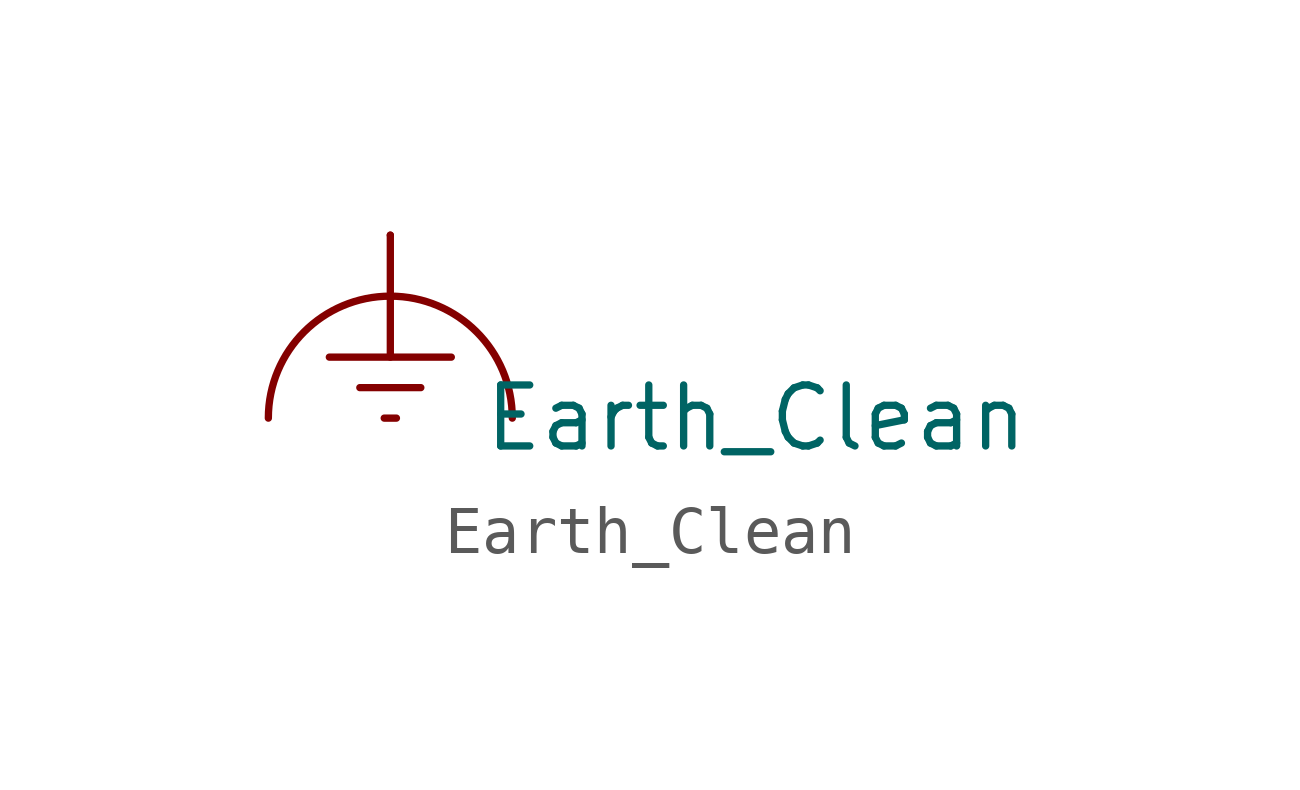
<source format=kicad_sym>
(kicad_symbol_lib
  (version 20231120)
  (generator "kicad_symbol_editor")
  (generator_version "8.0")
  (symbol "Earth_Clean"
    (power)
    (pin_numbers hide)
    (pin_names
      (offset 0) hide)
    (property "Reference" "#PWR"
      (at 6.35 0 0)
      (effects (font (size 1.27 1.27)) (hide yes)))
    (property "Value" "Earth_Clean"
      (at 7.62 -3.81 0)
      (effects (font (size 1.27 1.27))))
    (symbol "Earth_Clean_0_1"
      (polyline (pts (xy -0.635 -3.175) (xy 0.635 -3.175)) (stroke (width 0) (type default)) (fill (type none)))
      (polyline (pts (xy -0.127 -3.81) (xy 0.127 -3.81)) (stroke (width 0) (type default)) (fill (type none)))
      (polyline (pts (xy 0 -2.54) (xy 0 0)) (stroke (width 0) (type default)) (fill (type none)))
      (polyline (pts (xy 1.27 -2.54) (xy -1.27 -2.54)) (stroke (width 0) (type default)) (fill (type none)))
      (arc (start 2.54 -3.81) (mid 0 -1.281) (end -2.54 -3.81) (stroke (width 0) (type default)) (fill (type none))))
    (symbol "Earth_Clean_1_1"
      (pin power_in line (at 0 0 270) (length 0) (name "~" (effects (font (size 1.27 1.27)))) (number "1" (effects (font (size 1.27 1.27))))))))
</source>
